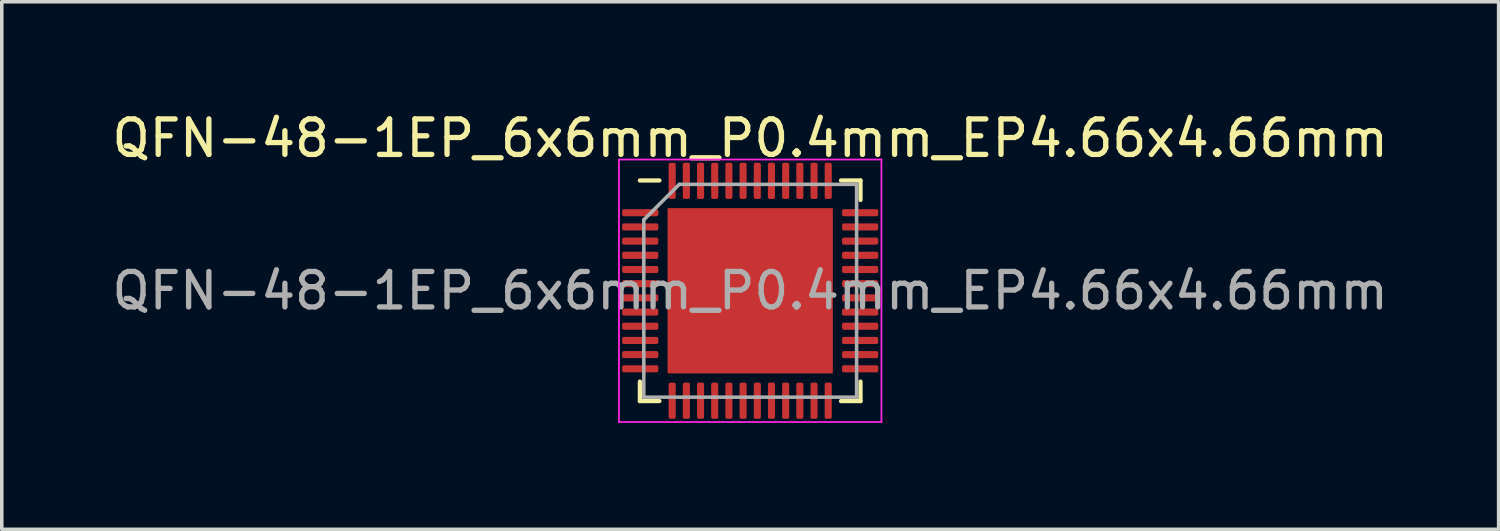
<source format=kicad_pcb>
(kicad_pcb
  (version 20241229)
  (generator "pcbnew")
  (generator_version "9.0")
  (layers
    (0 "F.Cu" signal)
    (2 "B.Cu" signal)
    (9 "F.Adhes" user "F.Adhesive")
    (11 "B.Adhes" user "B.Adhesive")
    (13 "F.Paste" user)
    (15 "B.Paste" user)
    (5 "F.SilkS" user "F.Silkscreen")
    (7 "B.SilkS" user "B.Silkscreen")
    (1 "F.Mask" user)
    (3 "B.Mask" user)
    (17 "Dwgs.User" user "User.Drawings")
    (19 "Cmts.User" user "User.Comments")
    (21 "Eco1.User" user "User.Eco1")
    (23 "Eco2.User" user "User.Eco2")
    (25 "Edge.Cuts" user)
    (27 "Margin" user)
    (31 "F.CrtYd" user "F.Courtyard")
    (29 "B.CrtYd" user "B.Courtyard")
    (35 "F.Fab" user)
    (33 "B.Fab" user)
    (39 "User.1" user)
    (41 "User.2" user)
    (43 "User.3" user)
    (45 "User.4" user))
  (footprint "QFN-48-1EP_6x6mm_P0.4mm_EP4.66x4.66mm"
    (layer "F.Cu")
    (at 18.101 5.148)
    (property "Reference" "QFN-48-1EP_6x6mm_P0.4mm_EP4.66x4.66mm" (at 0 -4.3 0) (layer "F.SilkS") (effects (font (size 1 1) (thickness 0.15))))
    (attr smd)
    (fp_line (start -3.11 3.11) (end -3.11 2.56) (stroke (width 0.12) (type solid)) (layer "F.SilkS"))
    (fp_line (start -2.56 -3.11) (end -3.11 -3.11) (stroke (width 0.12) (type solid)) (layer "F.SilkS"))
    (fp_line (start -2.56 3.11) (end -3.11 3.11) (stroke (width 0.12) (type solid)) (layer "F.SilkS"))
    (fp_line (start 2.56 -3.11) (end 3.11 -3.11) (stroke (width 0.12) (type solid)) (layer "F.SilkS"))
    (fp_line (start 2.56 3.11) (end 3.11 3.11) (stroke (width 0.12) (type solid)) (layer "F.SilkS"))
    (fp_line (start 3.11 -3.11) (end 3.11 -2.56) (stroke (width 0.12) (type solid)) (layer "F.SilkS"))
    (fp_line (start 3.11 3.11) (end 3.11 2.56) (stroke (width 0.12) (type solid)) (layer "F.SilkS"))
    (fp_line (start -3.7 -3.7) (end -3.7 3.7) (stroke (width 0.05) (type solid)) (layer "F.CrtYd"))
    (fp_line (start -3.7 3.7) (end 3.7 3.7) (stroke (width 0.05) (type solid)) (layer "F.CrtYd"))
    (fp_line (start 3.7 -3.7) (end -3.7 -3.7) (stroke (width 0.05) (type solid)) (layer "F.CrtYd"))
    (fp_line (start 3.7 3.7) (end 3.7 -3.7) (stroke (width 0.05) (type solid)) (layer "F.CrtYd"))
    (fp_line (start -3 -2) (end -2 -3) (stroke (width 0.1) (type solid)) (layer "F.Fab"))
    (fp_line (start -3 3) (end -3 -2) (stroke (width 0.1) (type solid)) (layer "F.Fab"))
    (fp_line (start -2 -3) (end 3 -3) (stroke (width 0.1) (type solid)) (layer "F.Fab"))
    (fp_line (start 3 -3) (end 3 3) (stroke (width 0.1) (type solid)) (layer "F.Fab"))
    (fp_line (start 3 3) (end -3 3) (stroke (width 0.1) (type solid)) (layer "F.Fab"))
    (fp_text user "${REFERENCE}" (at 0 0 0) (layer "F.Fab") (effects (font (size 1 1) (thickness 0.15))))
    (pad "" smd roundrect (at -1.55 -1.55) (size 1.25 1.25) (layers "F.Paste") (roundrect_rratio 0.2))
    (pad "" smd roundrect (at -1.55 0) (size 1.25 1.25) (layers "F.Paste") (roundrect_rratio 0.2))
    (pad "" smd roundrect (at -1.55 1.55) (size 1.25 1.25) (layers "F.Paste") (roundrect_rratio 0.2))
    (pad "" smd roundrect (at 0 -1.55) (size 1.25 1.25) (layers "F.Paste") (roundrect_rratio 0.2))
    (pad "" smd roundrect (at 0 0) (size 1.25 1.25) (layers "F.Paste") (roundrect_rratio 0.2))
    (pad "" smd roundrect (at 0 1.55) (size 1.25 1.25) (layers "F.Paste") (roundrect_rratio 0.2))
    (pad "" smd roundrect (at 1.55 -1.55) (size 1.25 1.25) (layers "F.Paste") (roundrect_rratio 0.2))
    (pad "" smd roundrect (at 1.55 0) (size 1.25 1.25) (layers "F.Paste") (roundrect_rratio 0.2))
    (pad "" smd roundrect (at 1.55 1.55) (size 1.25 1.25) (layers "F.Paste") (roundrect_rratio 0.2))
    (pad "1" smd roundrect (at -3.1 -2.2) (size 1.02 0.2) (layers "F.Cu" "F.Mask" "F.Paste") (roundrect_rratio 0.25))
    (pad "2" smd roundrect (at -3.1 -1.8) (size 1.02 0.2) (layers "F.Cu" "F.Mask" "F.Paste") (roundrect_rratio 0.25))
    (pad "3" smd roundrect (at -3.1 -1.4) (size 1.02 0.2) (layers "F.Cu" "F.Mask" "F.Paste") (roundrect_rratio 0.25))
    (pad "4" smd roundrect (at -3.1 -1) (size 1.02 0.2) (layers "F.Cu" "F.Mask" "F.Paste") (roundrect_rratio 0.25))
    (pad "5" smd roundrect (at -3.1 -0.6) (size 1.02 0.2) (layers "F.Cu" "F.Mask" "F.Paste") (roundrect_rratio 0.25))
    (pad "6" smd roundrect (at -3.1 -0.2) (size 1.02 0.2) (layers "F.Cu" "F.Mask" "F.Paste") (roundrect_rratio 0.25))
    (pad "7" smd roundrect (at -3.1 0.2) (size 1.02 0.2) (layers "F.Cu" "F.Mask" "F.Paste") (roundrect_rratio 0.25))
    (pad "8" smd roundrect (at -3.1 0.6) (size 1.02 0.2) (layers "F.Cu" "F.Mask" "F.Paste") (roundrect_rratio 0.25))
    (pad "9" smd roundrect (at -3.1 1) (size 1.02 0.2) (layers "F.Cu" "F.Mask" "F.Paste") (roundrect_rratio 0.25))
    (pad "10" smd roundrect (at -3.1 1.4) (size 1.02 0.2) (layers "F.Cu" "F.Mask" "F.Paste") (roundrect_rratio 0.25))
    (pad "11" smd roundrect (at -3.1 1.8) (size 1.02 0.2) (layers "F.Cu" "F.Mask" "F.Paste") (roundrect_rratio 0.25))
    (pad "12" smd roundrect (at -3.1 2.2) (size 1.02 0.2) (layers "F.Cu" "F.Mask" "F.Paste") (roundrect_rratio 0.25))
    (pad "13" smd roundrect (at -2.2 3.1) (size 0.2 1.02) (layers "F.Cu" "F.Mask" "F.Paste") (roundrect_rratio 0.25))
    (pad "14" smd roundrect (at -1.8 3.1) (size 0.2 1.02) (layers "F.Cu" "F.Mask" "F.Paste") (roundrect_rratio 0.25))
    (pad "15" smd roundrect (at -1.4 3.1) (size 0.2 1.02) (layers "F.Cu" "F.Mask" "F.Paste") (roundrect_rratio 0.25))
    (pad "16" smd roundrect (at -1 3.1) (size 0.2 1.02) (layers "F.Cu" "F.Mask" "F.Paste") (roundrect_rratio 0.25))
    (pad "17" smd roundrect (at -0.6 3.1) (size 0.2 1.02) (layers "F.Cu" "F.Mask" "F.Paste") (roundrect_rratio 0.25))
    (pad "18" smd roundrect (at -0.2 3.1) (size 0.2 1.02) (layers "F.Cu" "F.Mask" "F.Paste") (roundrect_rratio 0.25))
    (pad "19" smd roundrect (at 0.2 3.1) (size 0.2 1.02) (layers "F.Cu" "F.Mask" "F.Paste") (roundrect_rratio 0.25))
    (pad "20" smd roundrect (at 0.6 3.1) (size 0.2 1.02) (layers "F.Cu" "F.Mask" "F.Paste") (roundrect_rratio 0.25))
    (pad "21" smd roundrect (at 1 3.1) (size 0.2 1.02) (layers "F.Cu" "F.Mask" "F.Paste") (roundrect_rratio 0.25))
    (pad "22" smd roundrect (at 1.4 3.1) (size 0.2 1.02) (layers "F.Cu" "F.Mask" "F.Paste") (roundrect_rratio 0.25))
    (pad "23" smd roundrect (at 1.8 3.1) (size 0.2 1.02) (layers "F.Cu" "F.Mask" "F.Paste") (roundrect_rratio 0.25))
    (pad "24" smd roundrect (at 2.2 3.1) (size 0.2 1.02) (layers "F.Cu" "F.Mask" "F.Paste") (roundrect_rratio 0.25))
    (pad "25" smd roundrect (at 3.1 2.2) (size 1.02 0.2) (layers "F.Cu" "F.Mask" "F.Paste") (roundrect_rratio 0.25))
    (pad "26" smd roundrect (at 3.1 1.8) (size 1.02 0.2) (layers "F.Cu" "F.Mask" "F.Paste") (roundrect_rratio 0.25))
    (pad "27" smd roundrect (at 3.1 1.4) (size 1.02 0.2) (layers "F.Cu" "F.Mask" "F.Paste") (roundrect_rratio 0.25))
    (pad "28" smd roundrect (at 3.1 1) (size 1.02 0.2) (layers "F.Cu" "F.Mask" "F.Paste") (roundrect_rratio 0.25))
    (pad "29" smd roundrect (at 3.1 0.6) (size 1.02 0.2) (layers "F.Cu" "F.Mask" "F.Paste") (roundrect_rratio 0.25))
    (pad "30" smd roundrect (at 3.1 0.2) (size 1.02 0.2) (layers "F.Cu" "F.Mask" "F.Paste") (roundrect_rratio 0.25))
    (pad "31" smd roundrect (at 3.1 -0.2) (size 1.02 0.2) (layers "F.Cu" "F.Mask" "F.Paste") (roundrect_rratio 0.25))
    (pad "32" smd roundrect (at 3.1 -0.6) (size 1.02 0.2) (layers "F.Cu" "F.Mask" "F.Paste") (roundrect_rratio 0.25))
    (pad "33" smd roundrect (at 3.1 -1) (size 1.02 0.2) (layers "F.Cu" "F.Mask" "F.Paste") (roundrect_rratio 0.25))
    (pad "34" smd roundrect (at 3.1 -1.4) (size 1.02 0.2) (layers "F.Cu" "F.Mask" "F.Paste") (roundrect_rratio 0.25))
    (pad "35" smd roundrect (at 3.1 -1.8) (size 1.02 0.2) (layers "F.Cu" "F.Mask" "F.Paste") (roundrect_rratio 0.25))
    (pad "36" smd roundrect (at 3.1 -2.2) (size 1.02 0.2) (layers "F.Cu" "F.Mask" "F.Paste") (roundrect_rratio 0.25))
    (pad "37" smd roundrect (at 2.2 -3.1) (size 0.2 1.02) (layers "F.Cu" "F.Mask" "F.Paste") (roundrect_rratio 0.25))
    (pad "38" smd roundrect (at 1.8 -3.1) (size 0.2 1.02) (layers "F.Cu" "F.Mask" "F.Paste") (roundrect_rratio 0.25))
    (pad "39" smd roundrect (at 1.4 -3.1) (size 0.2 1.02) (layers "F.Cu" "F.Mask" "F.Paste") (roundrect_rratio 0.25))
    (pad "40" smd roundrect (at 1 -3.1) (size 0.2 1.02) (layers "F.Cu" "F.Mask" "F.Paste") (roundrect_rratio 0.25))
    (pad "41" smd roundrect (at 0.6 -3.1) (size 0.2 1.02) (layers "F.Cu" "F.Mask" "F.Paste") (roundrect_rratio 0.25))
    (pad "42" smd roundrect (at 0.2 -3.1) (size 0.2 1.02) (layers "F.Cu" "F.Mask" "F.Paste") (roundrect_rratio 0.25))
    (pad "43" smd roundrect (at -0.2 -3.1) (size 0.2 1.02) (layers "F.Cu" "F.Mask" "F.Paste") (roundrect_rratio 0.25))
    (pad "44" smd roundrect (at -0.6 -3.1) (size 0.2 1.02) (layers "F.Cu" "F.Mask" "F.Paste") (roundrect_rratio 0.25))
    (pad "45" smd roundrect (at -1 -3.1) (size 0.2 1.02) (layers "F.Cu" "F.Mask" "F.Paste") (roundrect_rratio 0.25))
    (pad "46" smd roundrect (at -1.4 -3.1) (size 0.2 1.02) (layers "F.Cu" "F.Mask" "F.Paste") (roundrect_rratio 0.25))
    (pad "47" smd roundrect (at -1.8 -3.1) (size 0.2 1.02) (layers "F.Cu" "F.Mask" "F.Paste") (roundrect_rratio 0.25))
    (pad "48" smd roundrect (at -2.2 -3.1) (size 0.2 1.02) (layers "F.Cu" "F.Mask" "F.Paste") (roundrect_rratio 0.25))
    (pad "49" smd rect (at 0 0) (size 4.66 4.66) (layers "F.Cu" "F.Mask")))
  (gr_rect
    (start -3 -3)
    (end 39.202 11.873)
    (stroke (width 0.1) (type default))
    (fill no)
    (layer "Edge.Cuts")))
</source>
